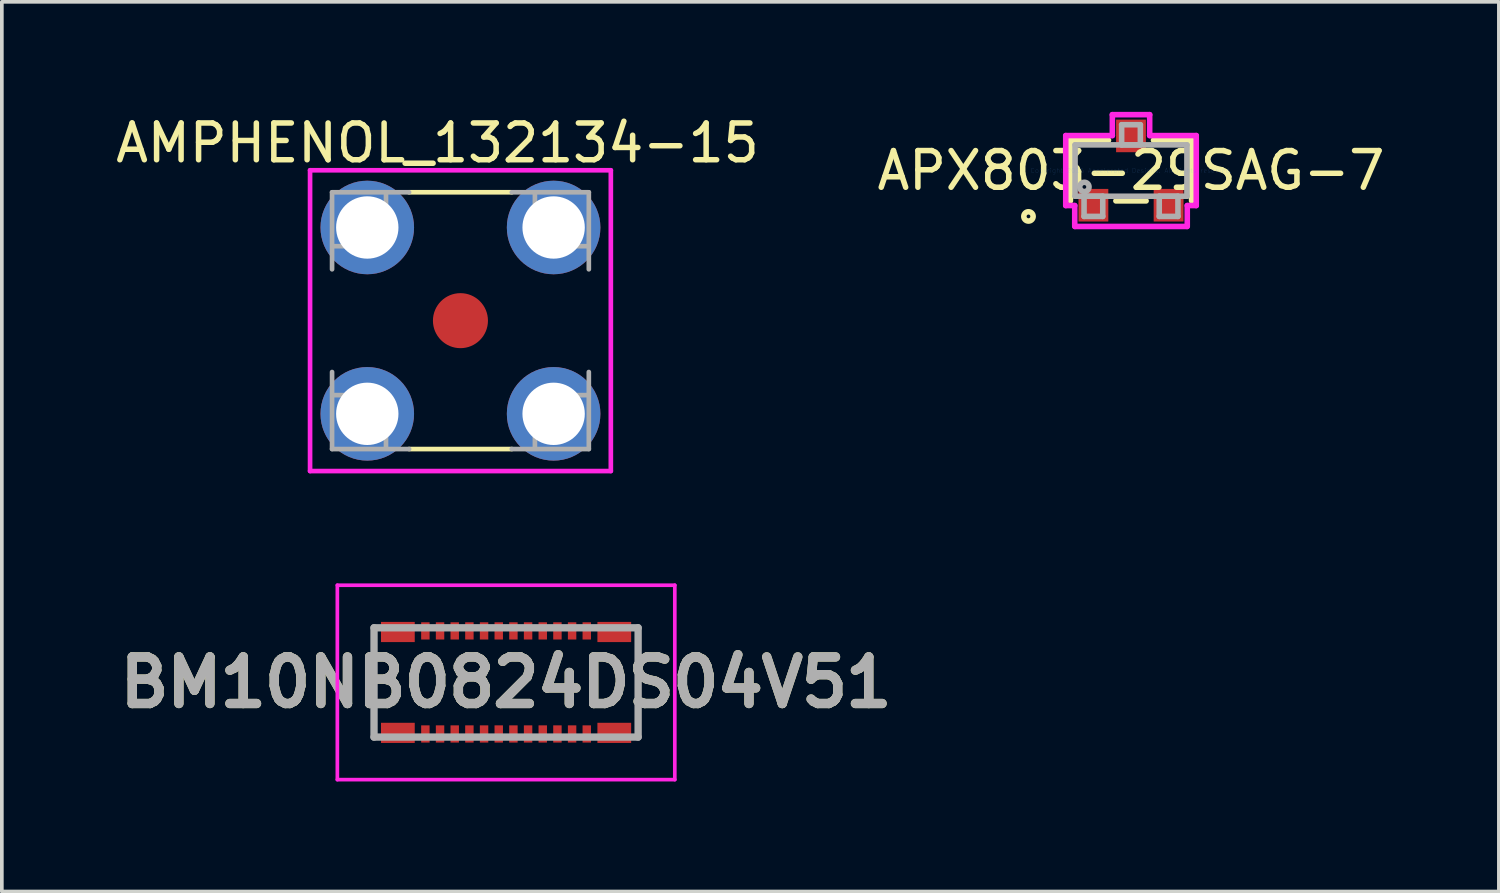
<source format=kicad_pcb>
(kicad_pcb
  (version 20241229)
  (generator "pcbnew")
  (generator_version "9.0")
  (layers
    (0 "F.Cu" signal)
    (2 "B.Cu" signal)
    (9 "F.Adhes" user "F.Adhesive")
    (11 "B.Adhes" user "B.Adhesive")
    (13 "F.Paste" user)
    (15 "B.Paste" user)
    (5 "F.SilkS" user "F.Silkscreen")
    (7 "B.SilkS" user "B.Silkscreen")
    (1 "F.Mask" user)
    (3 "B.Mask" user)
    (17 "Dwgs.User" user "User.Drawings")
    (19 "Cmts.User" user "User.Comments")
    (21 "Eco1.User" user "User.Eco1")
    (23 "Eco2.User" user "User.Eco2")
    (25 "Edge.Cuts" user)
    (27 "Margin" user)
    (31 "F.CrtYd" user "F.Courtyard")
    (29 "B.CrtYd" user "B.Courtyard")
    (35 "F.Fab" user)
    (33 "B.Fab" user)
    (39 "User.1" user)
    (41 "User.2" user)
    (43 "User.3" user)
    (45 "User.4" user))
  (footprint "APX803-29SAG-7"
    (layer "F.Cu")
    (at 27.784 1.6)
    (property "Reference" "APX803-29SAG-7" (at 0 0 0) (layer "F.SilkS") (effects (font (size 1 1) (thickness 0.15))))
    (attr through_hole)
    (fp_line (start -1.652 -0.827) (end -1.652 0.827) (stroke (width 0.152) (type solid)) (layer "F.SilkS"))
    (fp_line (start -0.613 -0.827) (end -1.652 -0.827) (stroke (width 0.152) (type solid)) (layer "F.SilkS"))
    (fp_line (start -0.412 0.827) (end 0.412 0.827) (stroke (width 0.152) (type solid)) (layer "F.SilkS"))
    (fp_line (start 1.652 -0.827) (end 0.613 -0.827) (stroke (width 0.152) (type solid)) (layer "F.SilkS"))
    (fp_line (start 1.652 0.827) (end 1.652 -0.827) (stroke (width 0.152) (type solid)) (layer "F.SilkS"))
    (fp_circle (center -2.795 1.25) (end -2.668 1.25) (stroke (width 0.152) (type solid)) (fill no) (layer "F.SilkS"))
    (fp_line (start -1.779 -0.954) (end -0.509 -0.954) (stroke (width 0.152) (type solid)) (layer "F.CrtYd"))
    (fp_line (start -1.779 0.954) (end -1.779 -0.954) (stroke (width 0.152) (type solid)) (layer "F.CrtYd"))
    (fp_line (start -1.779 0.954) (end -1.534 0.954) (stroke (width 0.152) (type solid)) (layer "F.CrtYd"))
    (fp_line (start -1.534 0.954) (end -1.534 1.524) (stroke (width 0.152) (type solid)) (layer "F.CrtYd"))
    (fp_line (start -1.524 1.524) (end 1.524 1.524) (stroke (width 0.152) (type solid)) (layer "F.CrtYd"))
    (fp_line (start -0.509 -1.524) (end 0.509 -1.524) (stroke (width 0.152) (type solid)) (layer "F.CrtYd"))
    (fp_line (start -0.509 -0.954) (end -0.508 -1.524) (stroke (width 0.152) (type solid)) (layer "F.CrtYd"))
    (fp_line (start 0.509 -0.954) (end 0.509 -1.524) (stroke (width 0.152) (type solid)) (layer "F.CrtYd"))
    (fp_line (start 1.534 0.954) (end 1.534 1.524) (stroke (width 0.152) (type solid)) (layer "F.CrtYd"))
    (fp_line (start 1.779 -0.954) (end 0.509 -0.954) (stroke (width 0.152) (type solid)) (layer "F.CrtYd"))
    (fp_line (start 1.779 -0.954) (end 1.779 0.954) (stroke (width 0.152) (type solid)) (layer "F.CrtYd"))
    (fp_line (start 1.779 0.954) (end 1.534 0.954) (stroke (width 0.152) (type solid)) (layer "F.CrtYd"))
    (fp_line (start -1.525 -0.7) (end -1.525 0.7) (stroke (width 0.152) (type solid)) (layer "F.Fab"))
    (fp_line (start -1.525 0.7) (end 1.525 0.7) (stroke (width 0.152) (type solid)) (layer "F.Fab"))
    (fp_line (start -1.28 0.7) (end -1.28 1.25) (stroke (width 0.152) (type solid)) (layer "F.Fab"))
    (fp_line (start -1.28 1.25) (end -0.77 1.25) (stroke (width 0.152) (type solid)) (layer "F.Fab"))
    (fp_line (start -0.77 0.7) (end -1.28 0.7) (stroke (width 0.152) (type solid)) (layer "F.Fab"))
    (fp_line (start -0.77 1.25) (end -0.77 0.7) (stroke (width 0.152) (type solid)) (layer "F.Fab"))
    (fp_line (start -0.255 -1.25) (end -0.255 -0.7) (stroke (width 0.152) (type solid)) (layer "F.Fab"))
    (fp_line (start -0.255 -0.7) (end 0.255 -0.7) (stroke (width 0.152) (type solid)) (layer "F.Fab"))
    (fp_line (start 0.255 -1.25) (end -0.255 -1.25) (stroke (width 0.152) (type solid)) (layer "F.Fab"))
    (fp_line (start 0.255 -0.7) (end 0.255 -1.25) (stroke (width 0.152) (type solid)) (layer "F.Fab"))
    (fp_line (start 0.77 0.7) (end 0.77 1.25) (stroke (width 0.152) (type solid)) (layer "F.Fab"))
    (fp_line (start 0.77 1.25) (end 1.28 1.25) (stroke (width 0.152) (type solid)) (layer "F.Fab"))
    (fp_line (start 1.28 0.7) (end 0.77 0.7) (stroke (width 0.152) (type solid)) (layer "F.Fab"))
    (fp_line (start 1.28 1.25) (end 1.28 0.7) (stroke (width 0.152) (type solid)) (layer "F.Fab"))
    (fp_line (start 1.525 -0.7) (end -1.525 -0.7) (stroke (width 0.152) (type solid)) (layer "F.Fab"))
    (fp_line (start 1.525 0.7) (end 1.525 -0.7) (stroke (width 0.152) (type solid)) (layer "F.Fab"))
    (fp_circle (center -1.271 0.446) (end -1.144 0.446) (stroke (width 0.152) (type solid)) (fill no) (layer "F.Fab"))
    (fp_text user "Copyright 2016 Accelerated Designs. All rights reserved." (at 0 0 0) (layer "Cmts.User") (effects (font (size 0.127 0.127) (thickness 0.002))))
    (pad "1" smd rect (at -1.025 0.945) (size 0.813 0.889) (layers "F.Cu" "F.Mask" "F.Paste"))
    (pad "2" smd rect (at 1.025 0.945) (size 0.813 0.889) (layers "F.Cu" "F.Mask" "F.Paste"))
    (pad "3" smd rect (at 0 -0.945) (size 0.813 0.889) (layers "F.Cu" "F.Mask" "F.Paste")))
  (footprint "AMPHENOL_132134-15"
    (layer "F.Cu")
    (at 9.503 5.692)
    (property "Reference" "AMPHENOL_132134-15" (at -0.626 -4.843 0) (layer "F.SilkS") (effects (font (size 1.002 1.002) (thickness 0.15))))
    (attr through_hole)
    (fp_line (start -1.4 -3.5) (end 1.4 -3.5) (stroke (width 0.127) (type solid)) (layer "F.SilkS"))
    (fp_line (start 1.4 3.5) (end -1.4 3.5) (stroke (width 0.127) (type solid)) (layer "F.SilkS"))
    (fp_line (start -4.1 -4.1) (end 4.1 -4.1) (stroke (width 0.127) (type solid)) (layer "F.CrtYd"))
    (fp_line (start -4.1 4.1) (end -4.1 -4.1) (stroke (width 0.127) (type solid)) (layer "F.CrtYd"))
    (fp_line (start 4.1 -4.1) (end 4.1 4.1) (stroke (width 0.127) (type solid)) (layer "F.CrtYd"))
    (fp_line (start 4.1 4.1) (end -4.1 4.1) (stroke (width 0.127) (type solid)) (layer "F.CrtYd"))
    (fp_line (start -3.5 -3.5) (end -3.5 -1.4) (stroke (width 0.127) (type solid)) (layer "F.Fab"))
    (fp_line (start -3.5 3.5) (end -3.5 1.4) (stroke (width 0.127) (type solid)) (layer "F.Fab"))
    (fp_line (start -2.03 -2.03) (end -3.46 -2.03) (stroke (width 0.127) (type solid)) (layer "F.Fab"))
    (fp_line (start -2.03 -2.03) (end -2.03 -3.46) (stroke (width 0.127) (type solid)) (layer "F.Fab"))
    (fp_line (start -2.03 2.03) (end -3.46 2.03) (stroke (width 0.127) (type solid)) (layer "F.Fab"))
    (fp_line (start -2.03 2.03) (end -2.03 3.46) (stroke (width 0.127) (type solid)) (layer "F.Fab"))
    (fp_line (start -1.4 -3.5) (end -3.5 -3.5) (stroke (width 0.127) (type solid)) (layer "F.Fab"))
    (fp_line (start -1.4 3.5) (end -3.5 3.5) (stroke (width 0.127) (type solid)) (layer "F.Fab"))
    (fp_line (start 1.4 -3.5) (end 3.5 -3.5) (stroke (width 0.127) (type solid)) (layer "F.Fab"))
    (fp_line (start 1.4 3.5) (end 3.5 3.5) (stroke (width 0.127) (type solid)) (layer "F.Fab"))
    (fp_line (start 2.03 -2.03) (end 2.03 -3.46) (stroke (width 0.127) (type solid)) (layer "F.Fab"))
    (fp_line (start 2.03 -2.03) (end 3.46 -2.03) (stroke (width 0.127) (type solid)) (layer "F.Fab"))
    (fp_line (start 2.03 2.03) (end 2.03 3.46) (stroke (width 0.127) (type solid)) (layer "F.Fab"))
    (fp_line (start 2.03 2.03) (end 3.46 2.03) (stroke (width 0.127) (type solid)) (layer "F.Fab"))
    (fp_line (start 3.5 -3.5) (end 3.5 -1.4) (stroke (width 0.127) (type solid)) (layer "F.Fab"))
    (fp_line (start 3.5 3.5) (end 3.5 1.4) (stroke (width 0.127) (type solid)) (layer "F.Fab"))
    (fp_poly (pts (xy -3.105 -3.1) (xy -2 -3.1) (xy -2 -2.003) (xy -3.105 -2.003)) (stroke (width 0.01) (type solid)) (fill no) (layer "F.Fab"))
    (fp_poly (pts (xy -3.1 2) (xy -2 2) (xy -2 3.1) (xy -3.1 3.1)) (stroke (width 0.01) (type solid)) (fill no) (layer "F.Fab"))
    (fp_poly (pts (xy 2.001 -3.1) (xy 3.1 -3.1) (xy 3.1 -2.001) (xy 2.001 -2.001)) (stroke (width 0.01) (type solid)) (fill no) (layer "F.Fab"))
    (fp_poly (pts (xy 2.004 2) (xy 3.1 2) (xy 3.1 3.106) (xy 2.004 3.106)) (stroke (width 0.01) (type solid)) (fill no) (layer "F.Fab"))
    (pad "1" smd circle (at 0 0) (size 1.5 1.5) (layers "F.Cu" "F.Mask" "F.Paste"))
    (pad "P1" thru_hole circle (at -2.54 -2.54) (size 2.55 2.55) (drill 1.7) (layers "*.Cu" "*.Mask"))
    (pad "P2" thru_hole circle (at 2.54 -2.54) (size 2.55 2.55) (drill 1.7) (layers "*.Cu" "*.Mask"))
    (pad "P3" thru_hole circle (at 2.54 2.54) (size 2.55 2.55) (drill 1.7) (layers "*.Cu" "*.Mask"))
    (pad "P4" thru_hole circle (at -2.54 2.54) (size 2.55 2.55) (drill 1.7) (layers "*.Cu" "*.Mask")))
  (footprint "BM10NB0824DS04V51"
    (layer "F.Cu")
    (at 10.747 15.555)
    (property "Reference" "BM10NB0824DS04V51" (at 0 0 0) (layer "F.SilkS") (effects (font (size 1.27 1.27) (thickness 0.254))))
    (attr smd)
    (fp_line (start -3.6 -1.49) (end -3.6 1.49) (stroke (width 0.1) (type solid)) (layer "F.SilkS"))
    (fp_line (start 3.6 -1.49) (end 3.6 1.49) (stroke (width 0.1) (type solid)) (layer "F.SilkS"))
    (fp_line (start -4.6 -2.65) (end 4.6 -2.65) (stroke (width 0.1) (type solid)) (layer "F.CrtYd"))
    (fp_line (start -4.6 2.65) (end -4.6 -2.65) (stroke (width 0.1) (type solid)) (layer "F.CrtYd"))
    (fp_line (start 4.6 -2.65) (end 4.6 2.65) (stroke (width 0.1) (type solid)) (layer "F.CrtYd"))
    (fp_line (start 4.6 2.65) (end -4.6 2.65) (stroke (width 0.1) (type solid)) (layer "F.CrtYd"))
    (fp_line (start -3.6 -1.49) (end 3.6 -1.49) (stroke (width 0.2) (type solid)) (layer "F.Fab"))
    (fp_line (start -3.6 1.49) (end -3.6 -1.49) (stroke (width 0.2) (type solid)) (layer "F.Fab"))
    (fp_line (start 3.6 -1.49) (end 3.6 1.49) (stroke (width 0.2) (type solid)) (layer "F.Fab"))
    (fp_line (start 3.6 1.49) (end -3.6 1.49) (stroke (width 0.2) (type solid)) (layer "F.Fab"))
    (fp_text user "${REFERENCE}" (at 0 0 0) (layer "F.Fab") (effects (font (size 1.27 1.27) (thickness 0.254))))
    (pad "1" smd rect (at -2.2 1.405) (size 0.23 0.47) (layers "F.Cu" "F.Mask" "F.Paste"))
    (pad "2" smd rect (at -2.2 -1.405) (size 0.23 0.47) (layers "F.Cu" "F.Mask" "F.Paste"))
    (pad "3" smd rect (at -1.8 1.405) (size 0.23 0.47) (layers "F.Cu" "F.Mask" "F.Paste"))
    (pad "4" smd rect (at -1.8 -1.405) (size 0.23 0.47) (layers "F.Cu" "F.Mask" "F.Paste"))
    (pad "5" smd rect (at -1.4 1.405) (size 0.23 0.47) (layers "F.Cu" "F.Mask" "F.Paste"))
    (pad "6" smd rect (at -1.4 -1.405) (size 0.23 0.47) (layers "F.Cu" "F.Mask" "F.Paste"))
    (pad "7" smd rect (at -1 1.405) (size 0.23 0.47) (layers "F.Cu" "F.Mask" "F.Paste"))
    (pad "8" smd rect (at -1 -1.405) (size 0.23 0.47) (layers "F.Cu" "F.Mask" "F.Paste"))
    (pad "9" smd rect (at -0.6 1.405) (size 0.23 0.47) (layers "F.Cu" "F.Mask" "F.Paste"))
    (pad "10" smd rect (at -0.6 -1.405) (size 0.23 0.47) (layers "F.Cu" "F.Mask" "F.Paste"))
    (pad "11" smd rect (at -0.2 1.405) (size 0.23 0.47) (layers "F.Cu" "F.Mask" "F.Paste"))
    (pad "12" smd rect (at -0.2 -1.405) (size 0.23 0.47) (layers "F.Cu" "F.Mask" "F.Paste"))
    (pad "13" smd rect (at 0.2 1.405) (size 0.23 0.47) (layers "F.Cu" "F.Mask" "F.Paste"))
    (pad "14" smd rect (at 0.2 -1.405) (size 0.23 0.47) (layers "F.Cu" "F.Mask" "F.Paste"))
    (pad "15" smd rect (at 0.6 1.405) (size 0.23 0.47) (layers "F.Cu" "F.Mask" "F.Paste"))
    (pad "16" smd rect (at 0.6 -1.405) (size 0.23 0.47) (layers "F.Cu" "F.Mask" "F.Paste"))
    (pad "17" smd rect (at 1 1.405) (size 0.23 0.47) (layers "F.Cu" "F.Mask" "F.Paste"))
    (pad "18" smd rect (at 1 -1.405) (size 0.23 0.47) (layers "F.Cu" "F.Mask" "F.Paste"))
    (pad "19" smd rect (at 1.4 1.405) (size 0.23 0.47) (layers "F.Cu" "F.Mask" "F.Paste"))
    (pad "20" smd rect (at 1.4 -1.405) (size 0.23 0.47) (layers "F.Cu" "F.Mask" "F.Paste"))
    (pad "21" smd rect (at 1.8 1.405) (size 0.23 0.47) (layers "F.Cu" "F.Mask" "F.Paste"))
    (pad "22" smd rect (at 1.8 -1.405) (size 0.23 0.47) (layers "F.Cu" "F.Mask" "F.Paste"))
    (pad "23" smd rect (at 2.2 1.405) (size 0.23 0.47) (layers "F.Cu" "F.Mask" "F.Paste"))
    (pad "24" smd rect (at 2.2 -1.405) (size 0.23 0.47) (layers "F.Cu" "F.Mask" "F.Paste"))
    (pad "25" smd rect (at -2.95 -1.375 90) (size 0.55 0.92) (layers "F.Cu" "F.Mask" "F.Paste"))
    (pad "26" smd rect (at -2.95 1.375 90) (size 0.55 0.92) (layers "F.Cu" "F.Mask" "F.Paste"))
    (pad "27" smd rect (at 2.95 1.375 90) (size 0.55 0.92) (layers "F.Cu" "F.Mask" "F.Paste"))
    (pad "28" smd rect (at 2.95 -1.375 90) (size 0.55 0.92) (layers "F.Cu" "F.Mask" "F.Paste")))
  (gr_rect
    (start -3 -3)
    (end 37.813 21.255)
    (stroke (width 0.1) (type default))
    (fill no)
    (layer "Edge.Cuts")))
</source>
